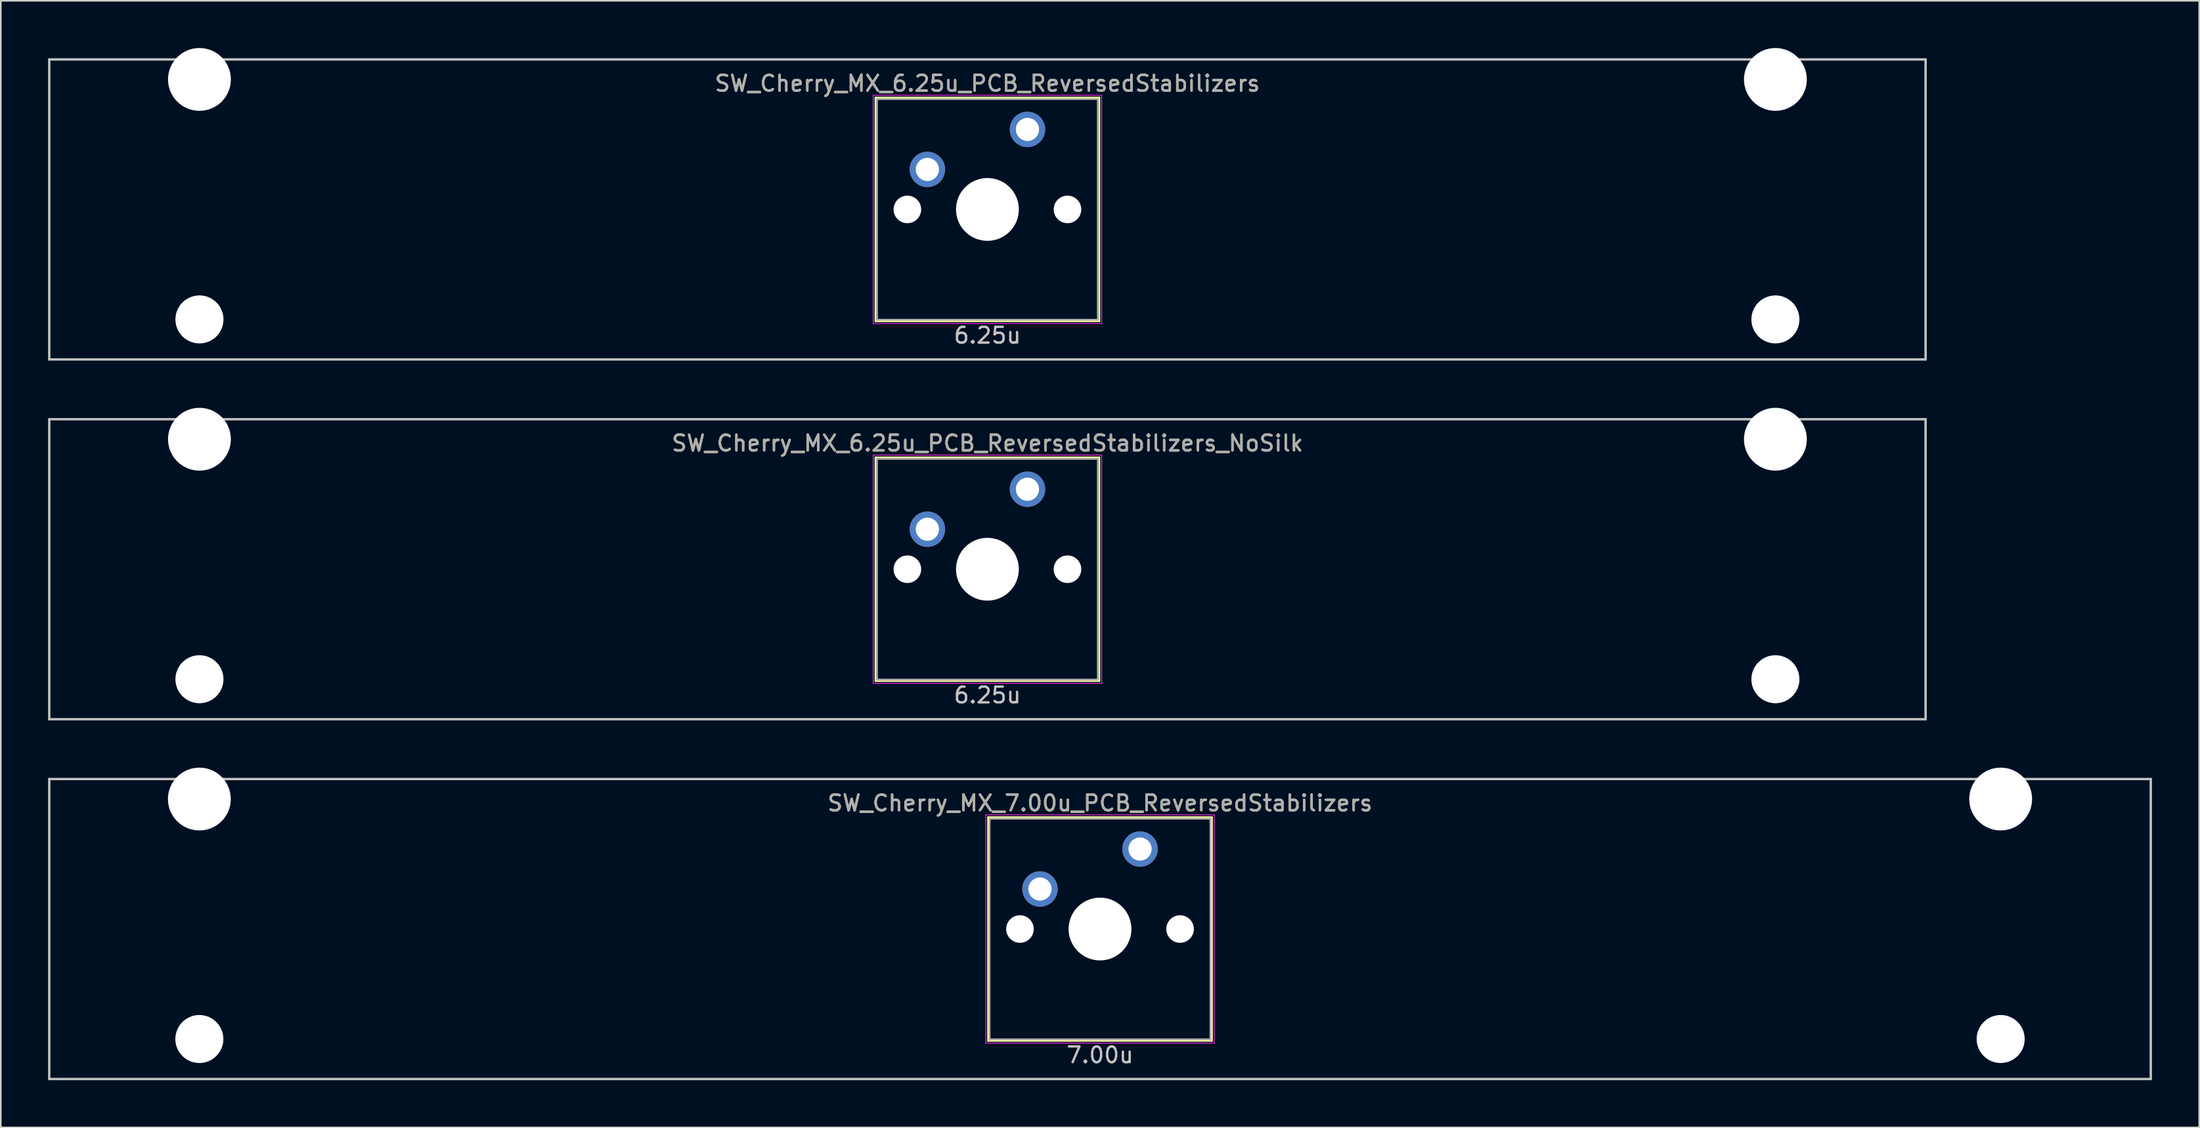
<source format=kicad_pcb>
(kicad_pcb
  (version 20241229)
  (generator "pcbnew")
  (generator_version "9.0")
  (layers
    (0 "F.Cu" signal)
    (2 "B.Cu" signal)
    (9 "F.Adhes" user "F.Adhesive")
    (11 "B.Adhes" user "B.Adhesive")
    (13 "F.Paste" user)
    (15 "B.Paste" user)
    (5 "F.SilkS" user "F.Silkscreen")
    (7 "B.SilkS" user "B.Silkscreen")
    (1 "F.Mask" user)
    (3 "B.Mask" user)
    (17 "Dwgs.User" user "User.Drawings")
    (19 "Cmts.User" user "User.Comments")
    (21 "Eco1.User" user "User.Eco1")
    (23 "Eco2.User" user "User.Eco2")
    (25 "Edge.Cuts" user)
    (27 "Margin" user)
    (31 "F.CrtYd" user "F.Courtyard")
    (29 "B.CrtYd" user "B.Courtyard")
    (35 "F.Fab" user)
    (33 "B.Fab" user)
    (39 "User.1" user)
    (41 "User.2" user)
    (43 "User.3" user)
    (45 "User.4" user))
  (footprint "SW_Cherry_MX_6.25u_PCB_ReversedStabilizers_NoSilk"
    (layer "F.Cu")
    (at 59.606 33.098)
    (property "Reference" "SW_Cherry_MX_6.25u_PCB_ReversedStabilizers_NoSilk" (at 0 -8 0) (layer "F.SilkS") (effects (font (size 1 1) (thickness 0.15))))
    (attr through_hole)
    (fp_line (start -7.1 -7.1) (end 7.1 -7.1) (stroke (width 0.12) (type solid)) (layer "F.SilkS"))
    (fp_line (start -7.1 7.1) (end -7.1 -7.1) (stroke (width 0.12) (type solid)) (layer "F.SilkS"))
    (fp_line (start 7.1 -7.1) (end 7.1 7.1) (stroke (width 0.12) (type solid)) (layer "F.SilkS"))
    (fp_line (start 7.1 7.1) (end -7.1 7.1) (stroke (width 0.12) (type solid)) (layer "F.SilkS"))
    (fp_line (start -59.531 -9.525) (end 59.531 -9.525) (stroke (width 0.15) (type solid)) (layer "Dwgs.User"))
    (fp_line (start -59.531 9.525) (end -59.531 -9.525) (stroke (width 0.15) (type solid)) (layer "Dwgs.User"))
    (fp_line (start -59.531 9.525) (end 59.531 9.525) (stroke (width 0.15) (type solid)) (layer "Dwgs.User"))
    (fp_line (start 59.531 -9.525) (end 59.531 9.525) (stroke (width 0.15) (type solid)) (layer "Dwgs.User"))
    (fp_line (start -7.25 -7.25) (end 7.25 -7.25) (stroke (width 0.05) (type solid)) (layer "F.CrtYd"))
    (fp_line (start -7.25 7.25) (end -7.25 -7.25) (stroke (width 0.05) (type solid)) (layer "F.CrtYd"))
    (fp_line (start 7.25 -7.25) (end 7.25 7.25) (stroke (width 0.05) (type solid)) (layer "F.CrtYd"))
    (fp_line (start 7.25 7.25) (end -7.25 7.25) (stroke (width 0.05) (type solid)) (layer "F.CrtYd"))
    (fp_line (start -7 -7) (end 7 -7) (stroke (width 0.1) (type solid)) (layer "F.Fab"))
    (fp_line (start -7 7) (end -7 -7) (stroke (width 0.1) (type solid)) (layer "F.Fab"))
    (fp_line (start 7 -7) (end 7 7) (stroke (width 0.1) (type solid)) (layer "F.Fab"))
    (fp_line (start 7 7) (end -7 7) (stroke (width 0.1) (type solid)) (layer "F.Fab"))
    (fp_text user "6.25u" (at 0 8 0) (layer "Dwgs.User") (effects (font (size 1 1) (thickness 0.15))))
    (fp_text user "${REFERENCE}" (at 0 -8 0) (layer "F.Fab") (effects (font (size 1 1) (thickness 0.15))))
    (pad "" np_thru_hole circle (at -50 -8.255) (size 3.988 3.988) (drill 3.988) (layers "*.Cu" "*.Mask"))
    (pad "" np_thru_hole circle (at -50 6.985) (size 3.048 3.048) (drill 3.048) (layers "*.Cu" "*.Mask"))
    (pad "" np_thru_hole circle (at -5.08 0 48.1) (size 1.75 1.75) (drill 1.75) (layers "*.Cu" "*.Mask"))
    (pad "" np_thru_hole circle (at 0 0) (size 3.988 3.988) (drill 3.988) (layers "*.Cu" "*.Mask"))
    (pad "" np_thru_hole circle (at 5.08 0 48.1) (size 1.75 1.75) (drill 1.75) (layers "*.Cu" "*.Mask"))
    (pad "" np_thru_hole circle (at 50 -8.255) (size 3.988 3.988) (drill 3.988) (layers "*.Cu" "*.Mask"))
    (pad "" np_thru_hole circle (at 50 6.985) (size 3.048 3.048) (drill 3.048) (layers "*.Cu" "*.Mask"))
    (pad "1" thru_hole circle (at -3.81 -2.54) (size 2.25 2.25) (drill 1.47) (layers "*.Cu" "B.Mask"))
    (pad "2" thru_hole circle (at 2.54 -5.08) (size 2.25 2.25) (drill 1.47) (layers "*.Cu" "B.Mask")))
  (footprint "SW_Cherry_MX_7.00u_PCB_ReversedStabilizers"
    (layer "F.Cu")
    (at 66.75 55.947)
    (property "Reference" "SW_Cherry_MX_7.00u_PCB_ReversedStabilizers" (at 0 -8 0) (layer "F.SilkS") (effects (font (size 1 1) (thickness 0.15))))
    (attr through_hole)
    (fp_line (start -7.1 -7.1) (end 7.1 -7.1) (stroke (width 0.12) (type solid)) (layer "F.SilkS"))
    (fp_line (start -7.1 7.1) (end -7.1 -7.1) (stroke (width 0.12) (type solid)) (layer "F.SilkS"))
    (fp_line (start 7.1 -7.1) (end 7.1 7.1) (stroke (width 0.12) (type solid)) (layer "F.SilkS"))
    (fp_line (start 7.1 7.1) (end -7.1 7.1) (stroke (width 0.12) (type solid)) (layer "F.SilkS"))
    (fp_line (start -66.675 -9.525) (end 66.675 -9.525) (stroke (width 0.15) (type solid)) (layer "Dwgs.User"))
    (fp_line (start -66.675 9.525) (end -66.675 -9.525) (stroke (width 0.15) (type solid)) (layer "Dwgs.User"))
    (fp_line (start -66.675 9.525) (end 66.675 9.525) (stroke (width 0.15) (type solid)) (layer "Dwgs.User"))
    (fp_line (start 66.675 -9.525) (end 66.675 9.525) (stroke (width 0.15) (type solid)) (layer "Dwgs.User"))
    (fp_line (start -7.25 -7.25) (end 7.25 -7.25) (stroke (width 0.05) (type solid)) (layer "F.CrtYd"))
    (fp_line (start -7.25 7.25) (end -7.25 -7.25) (stroke (width 0.05) (type solid)) (layer "F.CrtYd"))
    (fp_line (start 7.25 -7.25) (end 7.25 7.25) (stroke (width 0.05) (type solid)) (layer "F.CrtYd"))
    (fp_line (start 7.25 7.25) (end -7.25 7.25) (stroke (width 0.05) (type solid)) (layer "F.CrtYd"))
    (fp_line (start -7 -7) (end 7 -7) (stroke (width 0.1) (type solid)) (layer "F.Fab"))
    (fp_line (start -7 7) (end -7 -7) (stroke (width 0.1) (type solid)) (layer "F.Fab"))
    (fp_line (start 7 -7) (end 7 7) (stroke (width 0.1) (type solid)) (layer "F.Fab"))
    (fp_line (start 7 7) (end -7 7) (stroke (width 0.1) (type solid)) (layer "F.Fab"))
    (fp_text user "7.00u" (at 0 8 0) (layer "Dwgs.User") (effects (font (size 1 1) (thickness 0.15))))
    (fp_text user "${REFERENCE}" (at 0 -8 0) (layer "F.Fab") (effects (font (size 1 1) (thickness 0.15))))
    (pad "" np_thru_hole circle (at -57.15 -8.255) (size 3.988 3.988) (drill 3.988) (layers "*.Cu" "*.Mask"))
    (pad "" np_thru_hole circle (at -57.15 6.985) (size 3.048 3.048) (drill 3.048) (layers "*.Cu" "*.Mask"))
    (pad "" np_thru_hole circle (at -5.08 0 48.1) (size 1.75 1.75) (drill 1.75) (layers "*.Cu" "*.Mask"))
    (pad "" np_thru_hole circle (at 0 0) (size 3.988 3.988) (drill 3.988) (layers "*.Cu" "*.Mask"))
    (pad "" np_thru_hole circle (at 5.08 0 48.1) (size 1.75 1.75) (drill 1.75) (layers "*.Cu" "*.Mask"))
    (pad "" np_thru_hole circle (at 57.15 -8.255) (size 3.988 3.988) (drill 3.988) (layers "*.Cu" "*.Mask"))
    (pad "" np_thru_hole circle (at 57.15 6.985) (size 3.048 3.048) (drill 3.048) (layers "*.Cu" "*.Mask"))
    (pad "1" thru_hole circle (at -3.81 -2.54) (size 2.25 2.25) (drill 1.47) (layers "*.Cu" "B.Mask"))
    (pad "2" thru_hole circle (at 2.54 -5.08) (size 2.25 2.25) (drill 1.47) (layers "*.Cu" "B.Mask")))
  (footprint "SW_Cherry_MX_6.25u_PCB_ReversedStabilizers"
    (layer "F.Cu")
    (at 59.606 10.249)
    (property "Reference" "SW_Cherry_MX_6.25u_PCB_ReversedStabilizers" (at 0 -8 0) (layer "F.SilkS") (effects (font (size 1 1) (thickness 0.15))))
    (attr through_hole)
    (fp_line (start -7.1 -7.1) (end 7.1 -7.1) (stroke (width 0.12) (type solid)) (layer "F.SilkS"))
    (fp_line (start -7.1 7.1) (end -7.1 -7.1) (stroke (width 0.12) (type solid)) (layer "F.SilkS"))
    (fp_line (start 7.1 -7.1) (end 7.1 7.1) (stroke (width 0.12) (type solid)) (layer "F.SilkS"))
    (fp_line (start 7.1 7.1) (end -7.1 7.1) (stroke (width 0.12) (type solid)) (layer "F.SilkS"))
    (fp_line (start -59.531 -9.525) (end 59.531 -9.525) (stroke (width 0.15) (type solid)) (layer "Dwgs.User"))
    (fp_line (start -59.531 9.525) (end -59.531 -9.525) (stroke (width 0.15) (type solid)) (layer "Dwgs.User"))
    (fp_line (start -59.531 9.525) (end 59.531 9.525) (stroke (width 0.15) (type solid)) (layer "Dwgs.User"))
    (fp_line (start 59.531 -9.525) (end 59.531 9.525) (stroke (width 0.15) (type solid)) (layer "Dwgs.User"))
    (fp_line (start -7.25 -7.25) (end 7.25 -7.25) (stroke (width 0.05) (type solid)) (layer "F.CrtYd"))
    (fp_line (start -7.25 7.25) (end -7.25 -7.25) (stroke (width 0.05) (type solid)) (layer "F.CrtYd"))
    (fp_line (start 7.25 -7.25) (end 7.25 7.25) (stroke (width 0.05) (type solid)) (layer "F.CrtYd"))
    (fp_line (start 7.25 7.25) (end -7.25 7.25) (stroke (width 0.05) (type solid)) (layer "F.CrtYd"))
    (fp_line (start -7 -7) (end 7 -7) (stroke (width 0.1) (type solid)) (layer "F.Fab"))
    (fp_line (start -7 7) (end -7 -7) (stroke (width 0.1) (type solid)) (layer "F.Fab"))
    (fp_line (start 7 -7) (end 7 7) (stroke (width 0.1) (type solid)) (layer "F.Fab"))
    (fp_line (start 7 7) (end -7 7) (stroke (width 0.1) (type solid)) (layer "F.Fab"))
    (fp_text user "6.25u" (at 0 8 0) (layer "Dwgs.User") (effects (font (size 1 1) (thickness 0.15))))
    (fp_text user "${REFERENCE}" (at 0 -8 0) (layer "F.Fab") (effects (font (size 1 1) (thickness 0.15))))
    (pad "" np_thru_hole circle (at -50 -8.255) (size 3.988 3.988) (drill 3.988) (layers "*.Cu" "*.Mask"))
    (pad "" np_thru_hole circle (at -50 6.985) (size 3.048 3.048) (drill 3.048) (layers "*.Cu" "*.Mask"))
    (pad "" np_thru_hole circle (at -5.08 0 48.1) (size 1.75 1.75) (drill 1.75) (layers "*.Cu" "*.Mask"))
    (pad "" np_thru_hole circle (at 0 0) (size 3.988 3.988) (drill 3.988) (layers "*.Cu" "*.Mask"))
    (pad "" np_thru_hole circle (at 5.08 0 48.1) (size 1.75 1.75) (drill 1.75) (layers "*.Cu" "*.Mask"))
    (pad "" np_thru_hole circle (at 50 -8.255) (size 3.988 3.988) (drill 3.988) (layers "*.Cu" "*.Mask"))
    (pad "" np_thru_hole circle (at 50 6.985) (size 3.048 3.048) (drill 3.048) (layers "*.Cu" "*.Mask"))
    (pad "1" thru_hole circle (at -3.81 -2.54) (size 2.25 2.25) (drill 1.47) (layers "*.Cu" "B.Mask"))
    (pad "2" thru_hole circle (at 2.54 -5.08) (size 2.25 2.25) (drill 1.47) (layers "*.Cu" "B.Mask")))
  (gr_rect
    (start -3 -3)
    (end 136.5 68.547)
    (stroke (width 0.1) (type default))
    (fill no)
    (layer "Edge.Cuts")))
</source>
